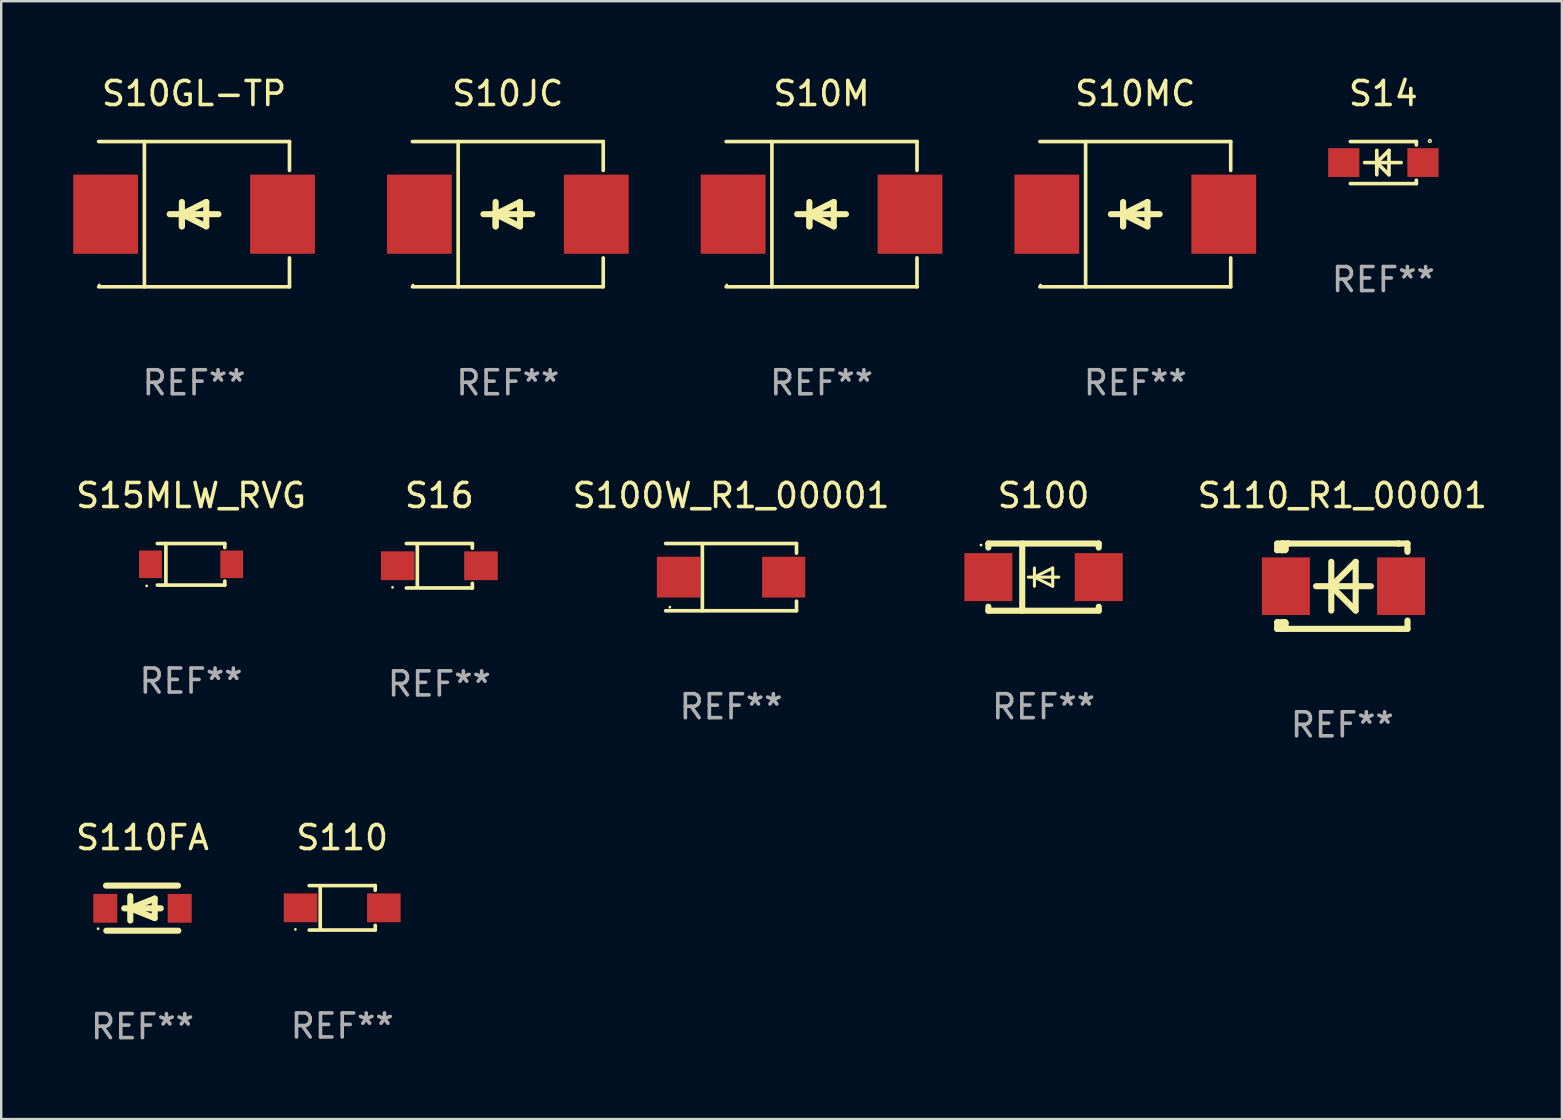
<source format=kicad_pcb>
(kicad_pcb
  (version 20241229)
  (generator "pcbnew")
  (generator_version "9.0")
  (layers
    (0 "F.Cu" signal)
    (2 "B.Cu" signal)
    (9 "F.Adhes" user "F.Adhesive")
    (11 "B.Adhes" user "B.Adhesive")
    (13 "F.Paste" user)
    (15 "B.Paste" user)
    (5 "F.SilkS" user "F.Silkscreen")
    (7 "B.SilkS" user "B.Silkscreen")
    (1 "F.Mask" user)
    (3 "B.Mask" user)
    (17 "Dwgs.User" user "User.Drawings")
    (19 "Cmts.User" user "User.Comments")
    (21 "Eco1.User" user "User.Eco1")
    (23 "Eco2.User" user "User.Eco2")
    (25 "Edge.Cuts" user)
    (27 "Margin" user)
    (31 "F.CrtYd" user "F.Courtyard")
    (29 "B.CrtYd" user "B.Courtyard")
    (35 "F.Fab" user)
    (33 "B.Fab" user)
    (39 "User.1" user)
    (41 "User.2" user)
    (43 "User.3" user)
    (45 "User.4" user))
  (footprint "S10MC"
    (layer "F.Cu")
    (at 44.254 5.874)
    (property "Reference" "S10MC" (at 0 -5.026 0) (layer "F.SilkS") (effects (font (size 1 1) (thickness 0.15))))
    (attr through_hole)
    (fp_line (start -3.976 -3.026) (end 3.976 -3.026) (stroke (width 0.152) (type solid)) (layer "F.SilkS"))
    (fp_line (start -3.976 3.026) (end 3.976 3.026) (stroke (width 0.152) (type solid)) (layer "F.SilkS"))
    (fp_line (start -2.069 -3.026) (end -2.069 3.026) (stroke (width 0.152) (type solid)) (layer "F.SilkS"))
    (fp_line (start -0.508 0) (end -0.508 0.508) (stroke (width 0.254) (type solid)) (layer "F.SilkS"))
    (fp_line (start -0.508 0) (end 0.508 0.508) (stroke (width 0.254) (type solid)) (layer "F.SilkS"))
    (fp_line (start -0.508 0.508) (end -0.508 -0.508) (stroke (width 0.254) (type solid)) (layer "F.SilkS"))
    (fp_line (start 0.508 -0.508) (end -0.508 0) (stroke (width 0.254) (type solid)) (layer "F.SilkS"))
    (fp_line (start 0.508 0.508) (end 0.508 -0.508) (stroke (width 0.254) (type solid)) (layer "F.SilkS"))
    (fp_line (start 1.016 0) (end -1.016 0) (stroke (width 0.254) (type solid)) (layer "F.SilkS"))
    (fp_line (start 3.976 -3.026) (end 3.976 -1.823) (stroke (width 0.152) (type solid)) (layer "F.SilkS"))
    (fp_line (start 3.976 3.026) (end 3.976 1.823) (stroke (width 0.152) (type solid)) (layer "F.SilkS"))
    (fp_circle (center -3.95 2.95) (end -3.92 2.95) (stroke (width 0.06) (type solid)) (fill no) (layer "F.SilkS"))
    (fp_text user "REF**" (at 0 7.026 0) (layer "F.Fab") (effects (font (size 1 1) (thickness 0.15))))
    (pad "1" smd rect (at -3.686 0) (size 2.7 3.3) (layers "F.Cu" "F.Mask" "F.Paste"))
    (pad "2" smd rect (at 3.686 0) (size 2.7 3.3) (layers "F.Cu" "F.Mask" "F.Paste")))
  (footprint "S10GL-TP"
    (layer "F.Cu")
    (at 5.036 5.874)
    (property "Reference" "S10GL-TP" (at 0 -5.026 0) (layer "F.SilkS") (effects (font (size 1 1) (thickness 0.15))))
    (attr through_hole)
    (fp_line (start -3.976 -3.026) (end 3.976 -3.026) (stroke (width 0.152) (type solid)) (layer "F.SilkS"))
    (fp_line (start -3.976 3.026) (end 3.976 3.026) (stroke (width 0.152) (type solid)) (layer "F.SilkS"))
    (fp_line (start -2.069 -3.026) (end -2.069 3.026) (stroke (width 0.152) (type solid)) (layer "F.SilkS"))
    (fp_line (start -0.508 0) (end -0.508 0.508) (stroke (width 0.254) (type solid)) (layer "F.SilkS"))
    (fp_line (start -0.508 0) (end 0.508 0.508) (stroke (width 0.254) (type solid)) (layer "F.SilkS"))
    (fp_line (start -0.508 0.508) (end -0.508 -0.508) (stroke (width 0.254) (type solid)) (layer "F.SilkS"))
    (fp_line (start 0.508 -0.508) (end -0.508 0) (stroke (width 0.254) (type solid)) (layer "F.SilkS"))
    (fp_line (start 0.508 0.508) (end 0.508 -0.508) (stroke (width 0.254) (type solid)) (layer "F.SilkS"))
    (fp_line (start 1.016 0) (end -1.016 0) (stroke (width 0.254) (type solid)) (layer "F.SilkS"))
    (fp_line (start 3.976 -3.026) (end 3.976 -1.823) (stroke (width 0.152) (type solid)) (layer "F.SilkS"))
    (fp_line (start 3.976 3.026) (end 3.976 1.823) (stroke (width 0.152) (type solid)) (layer "F.SilkS"))
    (fp_circle (center -3.95 2.95) (end -3.92 2.95) (stroke (width 0.06) (type solid)) (fill no) (layer "F.SilkS"))
    (fp_text user "REF**" (at 0 7.026 0) (layer "F.Fab") (effects (font (size 1 1) (thickness 0.15))))
    (pad "1" smd rect (at -3.686 0) (size 2.7 3.3) (layers "F.Cu" "F.Mask" "F.Paste"))
    (pad "2" smd rect (at 3.686 0) (size 2.7 3.3) (layers "F.Cu" "F.Mask" "F.Paste")))
  (footprint "S100W_R1_00001"
    (layer "F.Cu")
    (at 27.412 20.998)
    (property "Reference" "S100W_R1_00001" (at 0 -3.401 0) (layer "F.SilkS") (effects (font (size 1 1) (thickness 0.15))))
    (attr through_hole)
    (fp_line (start -2.726 -1.401) (end 2.726 -1.401) (stroke (width 0.152) (type solid)) (layer "F.SilkS"))
    (fp_line (start -2.726 1.401) (end 2.726 1.401) (stroke (width 0.152) (type solid)) (layer "F.SilkS"))
    (fp_line (start -1.197 -1.401) (end -1.197 1.401) (stroke (width 0.152) (type solid)) (layer "F.SilkS"))
    (fp_line (start 2.726 -1.401) (end 2.726 -1) (stroke (width 0.152) (type solid)) (layer "F.SilkS"))
    (fp_line (start 2.726 1.401) (end 2.726 1) (stroke (width 0.152) (type solid)) (layer "F.SilkS"))
    (fp_circle (center -2.55 1.25) (end -2.52 1.25) (stroke (width 0.06) (type solid)) (fill no) (layer "F.SilkS"))
    (fp_text user "REF**" (at 0 5.401 0) (layer "F.Fab") (effects (font (size 1 1) (thickness 0.15))))
    (pad "1" smd rect (at -2.192 0) (size 1.8 1.7) (layers "F.Cu" "F.Mask" "F.Paste"))
    (pad "2" smd rect (at 2.192 0) (size 1.8 1.7) (layers "F.Cu" "F.Mask" "F.Paste")))
  (footprint "S10JC"
    (layer "F.Cu")
    (at 18.109 5.874)
    (property "Reference" "S10JC" (at 0 -5.026 0) (layer "F.SilkS") (effects (font (size 1 1) (thickness 0.15))))
    (attr through_hole)
    (fp_line (start -3.976 -3.026) (end 3.976 -3.026) (stroke (width 0.152) (type solid)) (layer "F.SilkS"))
    (fp_line (start -3.976 3.026) (end 3.976 3.026) (stroke (width 0.152) (type solid)) (layer "F.SilkS"))
    (fp_line (start -2.069 -3.026) (end -2.069 3.026) (stroke (width 0.152) (type solid)) (layer "F.SilkS"))
    (fp_line (start -0.508 0) (end -0.508 0.508) (stroke (width 0.254) (type solid)) (layer "F.SilkS"))
    (fp_line (start -0.508 0) (end 0.508 0.508) (stroke (width 0.254) (type solid)) (layer "F.SilkS"))
    (fp_line (start -0.508 0.508) (end -0.508 -0.508) (stroke (width 0.254) (type solid)) (layer "F.SilkS"))
    (fp_line (start 0.508 -0.508) (end -0.508 0) (stroke (width 0.254) (type solid)) (layer "F.SilkS"))
    (fp_line (start 0.508 0.508) (end 0.508 -0.508) (stroke (width 0.254) (type solid)) (layer "F.SilkS"))
    (fp_line (start 1.016 0) (end -1.016 0) (stroke (width 0.254) (type solid)) (layer "F.SilkS"))
    (fp_line (start 3.976 -3.026) (end 3.976 -1.823) (stroke (width 0.152) (type solid)) (layer "F.SilkS"))
    (fp_line (start 3.976 3.026) (end 3.976 1.823) (stroke (width 0.152) (type solid)) (layer "F.SilkS"))
    (fp_circle (center -3.95 2.95) (end -3.92 2.95) (stroke (width 0.06) (type solid)) (fill no) (layer "F.SilkS"))
    (fp_text user "REF**" (at 0 7.026 0) (layer "F.Fab") (effects (font (size 1 1) (thickness 0.15))))
    (pad "1" smd rect (at -3.686 0) (size 2.7 3.3) (layers "F.Cu" "F.Mask" "F.Paste"))
    (pad "2" smd rect (at 3.686 0) (size 2.7 3.3) (layers "F.Cu" "F.Mask" "F.Paste")))
  (footprint "S110"
    (layer "F.Cu")
    (at 11.209 34.776)
    (property "Reference" "S110" (at 0 -2.926 0) (layer "F.SilkS") (effects (font (size 1 1) (thickness 0.15))))
    (attr through_hole)
    (fp_line (start -1.376 -0.926) (end 1.376 -0.926) (stroke (width 0.152) (type solid)) (layer "F.SilkS"))
    (fp_line (start -1.376 0.926) (end 1.376 0.926) (stroke (width 0.152) (type solid)) (layer "F.SilkS"))
    (fp_line (start -0.917 -0.876) (end -0.917 0.876) (stroke (width 0.152) (type solid)) (layer "F.SilkS"))
    (fp_line (start 1.376 -0.926) (end 1.376 -0.733) (stroke (width 0.152) (type solid)) (layer "F.SilkS"))
    (fp_line (start 1.376 0.926) (end 1.376 0.733) (stroke (width 0.152) (type solid)) (layer "F.SilkS"))
    (fp_circle (center -1.95 0.9) (end -1.92 0.9) (stroke (width 0.06) (type solid)) (fill no) (layer "F.SilkS"))
    (fp_text user "REF**" (at 0 4.926 0) (layer "F.Fab") (effects (font (size 1 1) (thickness 0.15))))
    (pad "1" smd rect (at -1.735 0) (size 1.4 1.2) (layers "F.Cu" "F.Mask" "F.Paste"))
    (pad "2" smd rect (at 1.735 0) (size 1.4 1.2) (layers "F.Cu" "F.Mask" "F.Paste")))
  (footprint "S110FA"
    (layer "F.Cu")
    (at 2.887 34.79)
    (property "Reference" "S110FA" (at 0 -2.94 0) (layer "F.SilkS") (effects (font (size 1 1) (thickness 0.15))))
    (attr through_hole)
    (fp_line (start -1.52 -0.94) (end 1.48 -0.94) (stroke (width 0.254) (type solid)) (layer "F.SilkS"))
    (fp_line (start -1.507 0.94) (end 1.493 0.94) (stroke (width 0.254) (type solid)) (layer "F.SilkS"))
    (fp_line (start -0.762 0.007) (end 0.762 0.007) (stroke (width 0.254) (type solid)) (layer "F.SilkS"))
    (fp_line (start -0.508 -0.501) (end -0.508 0.515) (stroke (width 0.254) (type solid)) (layer "F.SilkS"))
    (fp_line (start -0.508 0.007) (end 0.508 -0.4) (stroke (width 0.254) (type solid)) (layer "F.SilkS"))
    (fp_line (start 0.508 -0.4) (end 0.508 0.413) (stroke (width 0.254) (type solid)) (layer "F.SilkS"))
    (fp_line (start 0.508 0.413) (end -0.508 0.007) (stroke (width 0.254) (type solid)) (layer "F.SilkS"))
    (fp_circle (center -1.85 0.857) (end -1.82 0.857) (stroke (width 0.06) (type solid)) (fill no) (layer "F.SilkS"))
    (fp_text user "REF**" (at 0 4.94 0) (layer "F.Fab") (effects (font (size 1 1) (thickness 0.15))))
    (pad "1" smd rect (at -1.55 0.007) (size 1 1.2) (layers "F.Cu" "F.Mask" "F.Paste"))
    (pad "2" smd rect (at 1.55 0.007) (size 1 1.2) (layers "F.Cu" "F.Mask" "F.Paste")))
  (footprint "S15MLW_RVG"
    (layer "F.Cu")
    (at 4.911 20.463)
    (property "Reference" "S15MLW_RVG" (at 0 -2.866 0) (layer "F.SilkS") (effects (font (size 1 1) (thickness 0.15))))
    (attr through_hole)
    (fp_line (start -1.406 -0.866) (end 1.406 -0.866) (stroke (width 0.152) (type solid)) (layer "F.SilkS"))
    (fp_line (start -1.406 0.866) (end 1.406 0.866) (stroke (width 0.152) (type solid)) (layer "F.SilkS"))
    (fp_line (start -1.049 -0.866) (end -1.049 0.866) (stroke (width 0.152) (type solid)) (layer "F.SilkS"))
    (fp_line (start 1.406 -0.866) (end 1.406 -0.698) (stroke (width 0.152) (type solid)) (layer "F.SilkS"))
    (fp_line (start 1.406 0.866) (end 1.406 0.698) (stroke (width 0.152) (type solid)) (layer "F.SilkS"))
    (fp_circle (center -1.851 0.9) (end -1.821 0.9) (stroke (width 0.06) (type solid)) (fill no) (layer "F.SilkS"))
    (fp_text user "REF**" (at 0 4.866 0) (layer "F.Fab") (effects (font (size 1 1) (thickness 0.15))))
    (pad "1" smd rect (at -1.692 0) (size 0.95 1.15) (layers "F.Cu" "F.Mask" "F.Paste"))
    (pad "2" smd rect (at 1.692 0) (size 0.95 1.15) (layers "F.Cu" "F.Mask" "F.Paste")))
  (footprint "S14"
    (layer "F.Cu")
    (at 54.59 3.724)
    (property "Reference" "S14" (at 0 -2.876 0) (layer "F.SilkS") (effects (font (size 1 1) (thickness 0.15))))
    (attr through_hole)
    (fp_line (start -1.376 -0.876) (end 1.376 -0.876) (stroke (width 0.152) (type solid)) (layer "F.SilkS"))
    (fp_line (start -1.376 0.876) (end 1.376 0.876) (stroke (width 0.152) (type solid)) (layer "F.SilkS"))
    (fp_line (start -0.782 0) (end 0.742 0) (stroke (width 0.15) (type solid)) (layer "F.SilkS"))
    (fp_line (start -0.274 -0.508) (end -0.274 0.508) (stroke (width 0.15) (type solid)) (layer "F.SilkS"))
    (fp_line (start -0.274 0) (end 0.234 -0.508) (stroke (width 0.15) (type solid)) (layer "F.SilkS"))
    (fp_line (start -0.274 0) (end 0.234 0.508) (stroke (width 0.15) (type solid)) (layer "F.SilkS"))
    (fp_line (start -0.274 0.254) (end -0.274 -0.254) (stroke (width 0.15) (type solid)) (layer "F.SilkS"))
    (fp_line (start 0.234 0.508) (end 0.234 -0.508) (stroke (width 0.15) (type solid)) (layer "F.SilkS"))
    (fp_line (start 1.376 -0.876) (end 1.375 -0.735) (stroke (width 0.152) (type solid)) (layer "F.SilkS"))
    (fp_line (start 1.376 0.876) (end 1.375 0.735) (stroke (width 0.152) (type solid)) (layer "F.SilkS"))
    (fp_circle (center 1.937 -0.9) (end 1.966 -0.9) (stroke (width 0.06) (type solid)) (fill no) (layer "F.SilkS"))
    (fp_text user "REF**" (at 0 4.876 0) (layer "F.Fab") (effects (font (size 1 1) (thickness 0.15))))
    (pad "1" smd rect (at 1.65 0 180) (size 1.3 1.2) (layers "F.Cu" "F.Mask" "F.Paste"))
    (pad "2" smd rect (at -1.65 0 180) (size 1.3 1.2) (layers "F.Cu" "F.Mask" "F.Paste")))
  (footprint "S100"
    (layer "F.Cu")
    (at 40.432 20.997)
    (property "Reference" "S100" (at 0 -3.4 0) (layer "F.SilkS") (effects (font (size 1 1) (thickness 0.15))))
    (attr through_hole)
    (fp_line (start -2.3 -1.4) (end -2.3 -1.231) (stroke (width 0.254) (type solid)) (layer "F.SilkS"))
    (fp_line (start -2.3 -1.4) (end 2.3 -1.4) (stroke (width 0.254) (type solid)) (layer "F.SilkS"))
    (fp_line (start -2.3 1.231) (end -2.3 1.4) (stroke (width 0.254) (type solid)) (layer "F.SilkS"))
    (fp_line (start -2.3 1.4) (end 2.3 1.4) (stroke (width 0.254) (type solid)) (layer "F.SilkS"))
    (fp_line (start -0.889 1.4) (end -0.889 -1.4) (stroke (width 0.254) (type solid)) (layer "F.SilkS"))
    (fp_line (start -0.381 0) (end -0.381 -0.381) (stroke (width 0.127) (type solid)) (layer "F.SilkS"))
    (fp_line (start -0.381 0) (end -0.381 0.381) (stroke (width 0.127) (type solid)) (layer "F.SilkS"))
    (fp_line (start 0.381 -0.381) (end -0.381 0) (stroke (width 0.127) (type solid)) (layer "F.SilkS"))
    (fp_line (start 0.381 0) (end 0.381 -0.381) (stroke (width 0.127) (type solid)) (layer "F.SilkS"))
    (fp_line (start 0.381 0) (end 0.381 0.381) (stroke (width 0.127) (type solid)) (layer "F.SilkS"))
    (fp_line (start 0.381 0.381) (end -0.381 0) (stroke (width 0.127) (type solid)) (layer "F.SilkS"))
    (fp_line (start 0.635 0) (end -0.635 0) (stroke (width 0.127) (type solid)) (layer "F.SilkS"))
    (fp_line (start 2.3 -1.4) (end 2.3 -1.231) (stroke (width 0.254) (type solid)) (layer "F.SilkS"))
    (fp_line (start 2.3 1.231) (end 2.3 1.4) (stroke (width 0.254) (type solid)) (layer "F.SilkS"))
    (fp_circle (center -2.605 -1.335) (end -2.575 -1.335) (stroke (width 0.06) (type solid)) (fill no) (layer "F.SilkS"))
    (fp_text user "REF**" (at 0 5.4 0) (layer "F.Fab") (effects (font (size 1 1) (thickness 0.15))))
    (pad "1" smd rect (at -2.3 0 180) (size 2 2) (layers "F.Cu" "F.Mask" "F.Paste"))
    (pad "2" smd rect (at 2.3 0 180) (size 2 2) (layers "F.Cu" "F.Mask" "F.Paste")))
  (footprint "S110_R1_00001"
    (layer "F.Cu")
    (at 52.881 21.375)
    (property "Reference" "S110_R1_00001" (at 0 -3.778 0) (layer "F.SilkS") (effects (font (size 1 1) (thickness 0.15))))
    (attr through_hole)
    (fp_line (start -2.715 -1.778) (end -2.715 -1.501) (stroke (width 0.254) (type solid)) (layer "F.SilkS"))
    (fp_line (start -2.715 -1.501) (end -2.505 -1.501) (stroke (width 0.254) (type solid)) (layer "F.SilkS"))
    (fp_line (start -2.715 1.501) (end -2.715 1.778) (stroke (width 0.254) (type solid)) (layer "F.SilkS"))
    (fp_line (start -2.715 1.501) (end -2.505 1.501) (stroke (width 0.254) (type solid)) (layer "F.SilkS"))
    (fp_line (start -2.715 1.778) (end -2.504 1.778) (stroke (width 0.254) (type solid)) (layer "F.SilkS"))
    (fp_line (start -2.505 -1.778) (end -2.715 -1.778) (stroke (width 0.254) (type solid)) (layer "F.SilkS"))
    (fp_line (start -2.505 -1.778) (end -2.238 -1.778) (stroke (width 0.254) (type solid)) (layer "F.SilkS"))
    (fp_line (start -2.505 -1.501) (end -2.505 -1.651) (stroke (width 0.254) (type solid)) (layer "F.SilkS"))
    (fp_line (start -2.505 -1.501) (end -2.388 -1.501) (stroke (width 0.254) (type solid)) (layer "F.SilkS"))
    (fp_line (start -2.505 1.501) (end -2.505 1.778) (stroke (width 0.254) (type solid)) (layer "F.SilkS"))
    (fp_line (start -2.505 1.501) (end -2.388 1.501) (stroke (width 0.254) (type solid)) (layer "F.SilkS"))
    (fp_line (start -2.388 1.501) (end -2.365 1.524) (stroke (width 0.254) (type solid)) (layer "F.SilkS"))
    (fp_line (start -2.388 -1.501) (end -2.365 -1.524) (stroke (width 0.254) (type solid)) (layer "F.SilkS"))
    (fp_line (start -2.365 -1.651) (end -2.505 -1.778) (stroke (width 0.254) (type solid)) (layer "F.SilkS"))
    (fp_line (start -2.365 -1.524) (end -2.365 -1.651) (stroke (width 0.254) (type solid)) (layer "F.SilkS"))
    (fp_line (start -2.365 1.524) (end -2.365 1.778) (stroke (width 0.254) (type solid)) (layer "F.SilkS"))
    (fp_line (start -2.239 -1.778) (end 2.333 -1.778) (stroke (width 0.254) (type solid)) (layer "F.SilkS"))
    (fp_line (start -2.238 -1.778) (end -2.505 -1.778) (stroke (width 0.254) (type solid)) (layer "F.SilkS"))
    (fp_line (start -1.095 0) (end 1.191 0) (stroke (width 0.254) (type solid)) (layer "F.SilkS"))
    (fp_line (start -0.46 -1.016) (end -0.46 1.016) (stroke (width 0.254) (type solid)) (layer "F.SilkS"))
    (fp_line (start -0.46 -0.000127) (end 0.556 1.016) (stroke (width 0.254) (type solid)) (layer "F.SilkS"))
    (fp_line (start 0.556 -1.016) (end 0.556 1.016) (stroke (width 0.254) (type solid)) (layer "F.SilkS"))
    (fp_line (start 0.556 -1.016) (end -0.46 -0.000127) (stroke (width 0.254) (type solid)) (layer "F.SilkS"))
    (fp_line (start 2.333 -1.778) (end 2.333 -1.778) (stroke (width 0.254) (type solid)) (layer "F.SilkS"))
    (fp_line (start 2.333 -1.778) (end 2.715 -1.778) (stroke (width 0.254) (type solid)) (layer "F.SilkS"))
    (fp_line (start 2.334 1.778) (end -2.504 1.778) (stroke (width 0.254) (type solid)) (layer "F.SilkS"))
    (fp_line (start 2.715 -1.778) (end 2.715 -1.524) (stroke (width 0.254) (type solid)) (layer "F.SilkS"))
    (fp_line (start 2.715 -1.524) (end 2.715 -1.431) (stroke (width 0.254) (type solid)) (layer "F.SilkS"))
    (fp_line (start 2.715 1.431) (end 2.715 1.778) (stroke (width 0.254) (type solid)) (layer "F.SilkS"))
    (fp_line (start 2.715 1.778) (end 2.334 1.778) (stroke (width 0.254) (type solid)) (layer "F.SilkS"))
    (fp_circle (center -2.602 1.8) (end -2.572 1.8) (stroke (width 0.06) (type solid)) (fill no) (layer "F.SilkS"))
    (fp_text user "REF**" (at 0 5.778 0) (layer "F.Fab") (effects (font (size 1 1) (thickness 0.15))))
    (pad "1" smd rect (at -2.352 -0.000076) (size 2 2.4) (layers "F.Cu" "F.Mask" "F.Paste"))
    (pad "2" smd rect (at 2.448 -0.000076) (size 2 2.4) (layers "F.Cu" "F.Mask" "F.Paste")))
  (footprint "S16"
    (layer "F.Cu")
    (at 15.256 20.523)
    (property "Reference" "S16" (at 0 -2.926 0) (layer "F.SilkS") (effects (font (size 1 1) (thickness 0.15))))
    (attr through_hole)
    (fp_line (start -1.376 -0.926) (end 1.376 -0.926) (stroke (width 0.152) (type solid)) (layer "F.SilkS"))
    (fp_line (start -1.376 0.926) (end 1.376 0.926) (stroke (width 0.152) (type solid)) (layer "F.SilkS"))
    (fp_line (start -0.917 -0.876) (end -0.917 0.876) (stroke (width 0.152) (type solid)) (layer "F.SilkS"))
    (fp_line (start 1.376 -0.926) (end 1.376 -0.733) (stroke (width 0.152) (type solid)) (layer "F.SilkS"))
    (fp_line (start 1.376 0.926) (end 1.376 0.733) (stroke (width 0.152) (type solid)) (layer "F.SilkS"))
    (fp_circle (center -1.95 0.9) (end -1.92 0.9) (stroke (width 0.06) (type solid)) (fill no) (layer "F.SilkS"))
    (fp_text user "REF**" (at 0 4.926 0) (layer "F.Fab") (effects (font (size 1 1) (thickness 0.15))))
    (pad "1" smd rect (at -1.735 0) (size 1.4 1.2) (layers "F.Cu" "F.Mask" "F.Paste"))
    (pad "2" smd rect (at 1.735 0) (size 1.4 1.2) (layers "F.Cu" "F.Mask" "F.Paste")))
  (footprint "S10M"
    (layer "F.Cu")
    (at 31.182 5.874)
    (property "Reference" "S10M" (at 0 -5.026 0) (layer "F.SilkS") (effects (font (size 1 1) (thickness 0.15))))
    (attr through_hole)
    (fp_line (start -3.976 -3.026) (end 3.976 -3.026) (stroke (width 0.152) (type solid)) (layer "F.SilkS"))
    (fp_line (start -3.976 3.026) (end 3.976 3.026) (stroke (width 0.152) (type solid)) (layer "F.SilkS"))
    (fp_line (start -2.069 -3.026) (end -2.069 3.026) (stroke (width 0.152) (type solid)) (layer "F.SilkS"))
    (fp_line (start -0.508 0) (end -0.508 0.508) (stroke (width 0.254) (type solid)) (layer "F.SilkS"))
    (fp_line (start -0.508 0) (end 0.508 0.508) (stroke (width 0.254) (type solid)) (layer "F.SilkS"))
    (fp_line (start -0.508 0.508) (end -0.508 -0.508) (stroke (width 0.254) (type solid)) (layer "F.SilkS"))
    (fp_line (start 0.508 -0.508) (end -0.508 0) (stroke (width 0.254) (type solid)) (layer "F.SilkS"))
    (fp_line (start 0.508 0.508) (end 0.508 -0.508) (stroke (width 0.254) (type solid)) (layer "F.SilkS"))
    (fp_line (start 1.016 0) (end -1.016 0) (stroke (width 0.254) (type solid)) (layer "F.SilkS"))
    (fp_line (start 3.976 -3.026) (end 3.976 -1.823) (stroke (width 0.152) (type solid)) (layer "F.SilkS"))
    (fp_line (start 3.976 3.026) (end 3.976 1.823) (stroke (width 0.152) (type solid)) (layer "F.SilkS"))
    (fp_circle (center -3.95 2.95) (end -3.92 2.95) (stroke (width 0.06) (type solid)) (fill no) (layer "F.SilkS"))
    (fp_text user "REF**" (at 0 7.026 0) (layer "F.Fab") (effects (font (size 1 1) (thickness 0.15))))
    (pad "1" smd rect (at -3.686 0) (size 2.7 3.3) (layers "F.Cu" "F.Mask" "F.Paste"))
    (pad "2" smd rect (at 3.686 0) (size 2.7 3.3) (layers "F.Cu" "F.Mask" "F.Paste")))
  (gr_rect
    (start -3 -3)
    (end 62.029 43.578)
    (stroke (width 0.1) (type default))
    (fill no)
    (layer "Edge.Cuts")))
</source>
